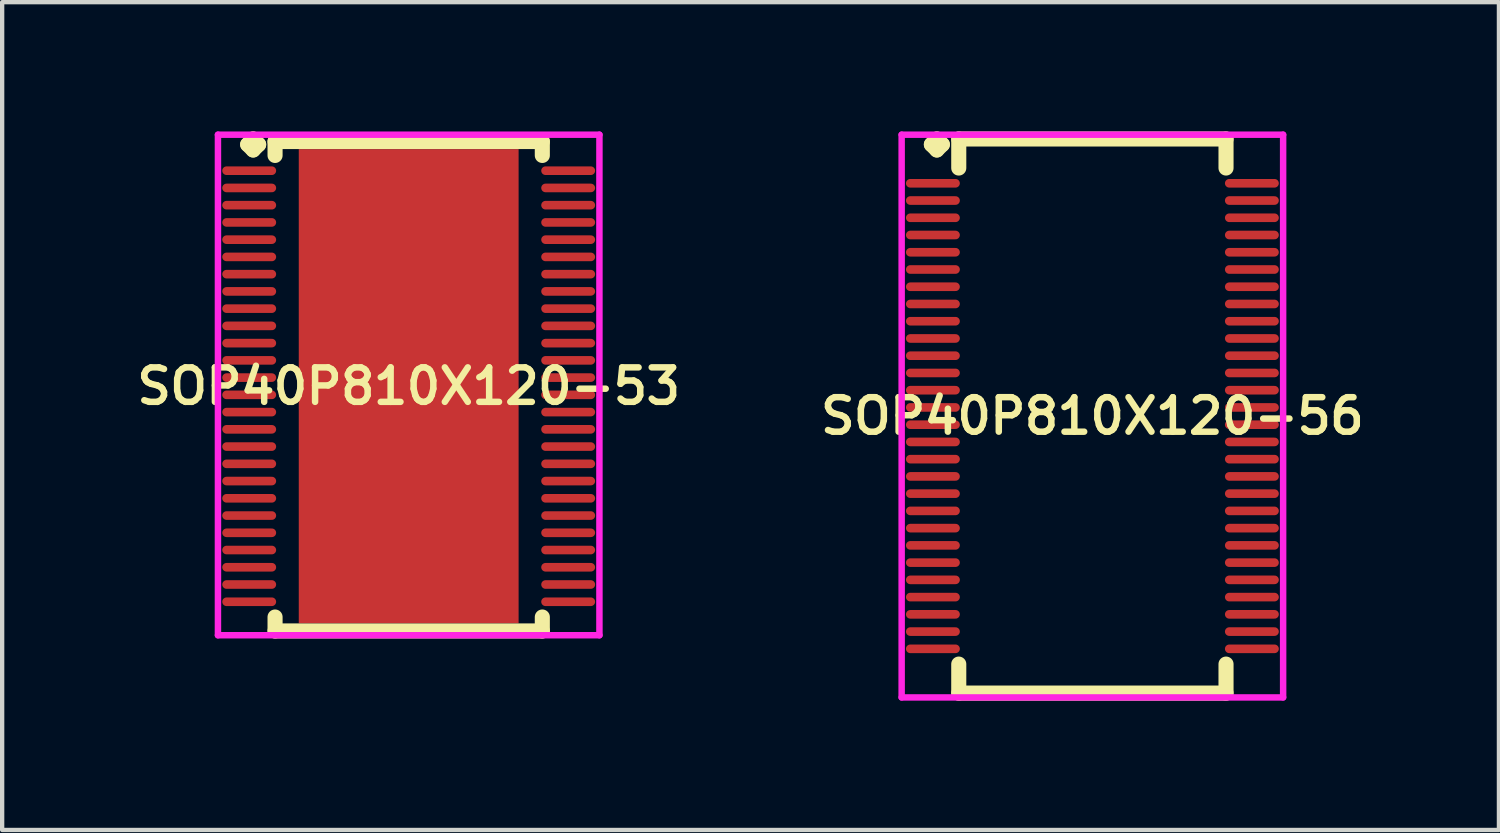
<source format=kicad_pcb>
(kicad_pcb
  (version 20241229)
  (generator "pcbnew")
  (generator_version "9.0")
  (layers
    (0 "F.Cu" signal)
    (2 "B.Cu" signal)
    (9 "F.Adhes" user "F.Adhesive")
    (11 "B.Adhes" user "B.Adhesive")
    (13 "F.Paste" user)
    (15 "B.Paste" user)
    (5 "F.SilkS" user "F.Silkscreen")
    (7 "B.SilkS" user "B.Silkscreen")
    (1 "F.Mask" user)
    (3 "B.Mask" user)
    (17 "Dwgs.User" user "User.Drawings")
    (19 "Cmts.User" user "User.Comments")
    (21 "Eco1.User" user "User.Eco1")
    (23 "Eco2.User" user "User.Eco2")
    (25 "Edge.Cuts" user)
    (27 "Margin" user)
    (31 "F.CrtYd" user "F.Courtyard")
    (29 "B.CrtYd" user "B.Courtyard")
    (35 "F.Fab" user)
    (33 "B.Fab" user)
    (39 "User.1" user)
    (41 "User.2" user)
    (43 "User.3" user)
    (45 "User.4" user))
  (footprint "SOP40P810X120-56"
    (layer "F.Cu")
    (at 22.292 6.602)
    (property "Reference" "SOP40P810X120-56" (at 0 0 0) (layer "F.SilkS") (effects (font (size 0.8 0.8) (thickness 0.15))))
    (attr smd)
    (fp_line (start -3.735 -6.3) (end -3.608 -6.427) (stroke (width 0.35) (type solid)) (layer "F.SilkS"))
    (fp_line (start -3.608 -6.427) (end -3.481 -6.3) (stroke (width 0.35) (type solid)) (layer "F.SilkS"))
    (fp_line (start -3.608 -6.173) (end -3.735 -6.3) (stroke (width 0.35) (type solid)) (layer "F.SilkS"))
    (fp_line (start -3.481 -6.3) (end -3.608 -6.173) (stroke (width 0.35) (type solid)) (layer "F.SilkS"))
    (fp_line (start -3.1 -6.427) (end 3.1 -6.427) (stroke (width 0.35) (type solid)) (layer "F.SilkS"))
    (fp_line (start -3.1 -5.754) (end -3.1 -6.427) (stroke (width 0.35) (type solid)) (layer "F.SilkS"))
    (fp_line (start -3.1 5.754) (end -3.1 6.427) (stroke (width 0.35) (type solid)) (layer "F.SilkS"))
    (fp_line (start -3.1 6.427) (end 3.1 6.427) (stroke (width 0.35) (type solid)) (layer "F.SilkS"))
    (fp_line (start 3.1 -6.427) (end 3.1 -5.754) (stroke (width 0.35) (type solid)) (layer "F.SilkS"))
    (fp_line (start 3.1 6.427) (end 3.1 5.754) (stroke (width 0.35) (type solid)) (layer "F.SilkS"))
    (fp_line (start -4.425 -6.527) (end 4.425 -6.527) (stroke (width 0.15) (type solid)) (layer "F.CrtYd"))
    (fp_line (start -4.425 6.527) (end -4.425 -6.527) (stroke (width 0.15) (type solid)) (layer "F.CrtYd"))
    (fp_line (start 4.425 -6.527) (end 4.425 6.527) (stroke (width 0.15) (type solid)) (layer "F.CrtYd"))
    (fp_line (start 4.425 6.527) (end -4.425 6.527) (stroke (width 0.15) (type solid)) (layer "F.CrtYd"))
    (pad "1" smd oval (at -3.7 -5.4) (size 1.25 0.2) (layers "F.Cu" "F.Mask" "F.Paste"))
    (pad "2" smd oval (at -3.7 -5) (size 1.25 0.2) (layers "F.Cu" "F.Mask" "F.Paste"))
    (pad "3" smd oval (at -3.7 -4.6) (size 1.25 0.2) (layers "F.Cu" "F.Mask" "F.Paste"))
    (pad "4" smd oval (at -3.7 -4.2) (size 1.25 0.2) (layers "F.Cu" "F.Mask" "F.Paste"))
    (pad "5" smd oval (at -3.7 -3.8) (size 1.25 0.2) (layers "F.Cu" "F.Mask" "F.Paste"))
    (pad "6" smd oval (at -3.7 -3.4) (size 1.25 0.2) (layers "F.Cu" "F.Mask" "F.Paste"))
    (pad "7" smd oval (at -3.7 -3) (size 1.25 0.2) (layers "F.Cu" "F.Mask" "F.Paste"))
    (pad "8" smd oval (at -3.7 -2.6) (size 1.25 0.2) (layers "F.Cu" "F.Mask" "F.Paste"))
    (pad "9" smd oval (at -3.7 -2.2) (size 1.25 0.2) (layers "F.Cu" "F.Mask" "F.Paste"))
    (pad "10" smd oval (at -3.7 -1.8) (size 1.25 0.2) (layers "F.Cu" "F.Mask" "F.Paste"))
    (pad "11" smd oval (at -3.7 -1.4) (size 1.25 0.2) (layers "F.Cu" "F.Mask" "F.Paste"))
    (pad "12" smd oval (at -3.7 -1) (size 1.25 0.2) (layers "F.Cu" "F.Mask" "F.Paste"))
    (pad "13" smd oval (at -3.7 -0.6) (size 1.25 0.2) (layers "F.Cu" "F.Mask" "F.Paste"))
    (pad "14" smd oval (at -3.7 -0.2) (size 1.25 0.2) (layers "F.Cu" "F.Mask" "F.Paste"))
    (pad "15" smd oval (at -3.7 0.2) (size 1.25 0.2) (layers "F.Cu" "F.Mask" "F.Paste"))
    (pad "16" smd oval (at -3.7 0.6) (size 1.25 0.2) (layers "F.Cu" "F.Mask" "F.Paste"))
    (pad "17" smd oval (at -3.7 1) (size 1.25 0.2) (layers "F.Cu" "F.Mask" "F.Paste"))
    (pad "18" smd oval (at -3.7 1.4) (size 1.25 0.2) (layers "F.Cu" "F.Mask" "F.Paste"))
    (pad "19" smd oval (at -3.7 1.8) (size 1.25 0.2) (layers "F.Cu" "F.Mask" "F.Paste"))
    (pad "20" smd oval (at -3.7 2.2) (size 1.25 0.2) (layers "F.Cu" "F.Mask" "F.Paste"))
    (pad "21" smd oval (at -3.7 2.6) (size 1.25 0.2) (layers "F.Cu" "F.Mask" "F.Paste"))
    (pad "22" smd oval (at -3.7 3) (size 1.25 0.2) (layers "F.Cu" "F.Mask" "F.Paste"))
    (pad "23" smd oval (at -3.7 3.4) (size 1.25 0.2) (layers "F.Cu" "F.Mask" "F.Paste"))
    (pad "24" smd oval (at -3.7 3.8) (size 1.25 0.2) (layers "F.Cu" "F.Mask" "F.Paste"))
    (pad "25" smd oval (at -3.7 4.2) (size 1.25 0.2) (layers "F.Cu" "F.Mask" "F.Paste"))
    (pad "26" smd oval (at -3.7 4.6) (size 1.25 0.2) (layers "F.Cu" "F.Mask" "F.Paste"))
    (pad "27" smd oval (at -3.7 5) (size 1.25 0.2) (layers "F.Cu" "F.Mask" "F.Paste"))
    (pad "28" smd oval (at -3.7 5.4) (size 1.25 0.2) (layers "F.Cu" "F.Mask" "F.Paste"))
    (pad "29" smd oval (at 3.7 5.4) (size 1.25 0.2) (layers "F.Cu" "F.Mask" "F.Paste"))
    (pad "30" smd oval (at 3.7 5) (size 1.25 0.2) (layers "F.Cu" "F.Mask" "F.Paste"))
    (pad "31" smd oval (at 3.7 4.6) (size 1.25 0.2) (layers "F.Cu" "F.Mask" "F.Paste"))
    (pad "32" smd oval (at 3.7 4.2) (size 1.25 0.2) (layers "F.Cu" "F.Mask" "F.Paste"))
    (pad "33" smd oval (at 3.7 3.8) (size 1.25 0.2) (layers "F.Cu" "F.Mask" "F.Paste"))
    (pad "34" smd oval (at 3.7 3.4) (size 1.25 0.2) (layers "F.Cu" "F.Mask" "F.Paste"))
    (pad "35" smd oval (at 3.7 3) (size 1.25 0.2) (layers "F.Cu" "F.Mask" "F.Paste"))
    (pad "36" smd oval (at 3.7 2.6) (size 1.25 0.2) (layers "F.Cu" "F.Mask" "F.Paste"))
    (pad "37" smd oval (at 3.7 2.2) (size 1.25 0.2) (layers "F.Cu" "F.Mask" "F.Paste"))
    (pad "38" smd oval (at 3.7 1.8) (size 1.25 0.2) (layers "F.Cu" "F.Mask" "F.Paste"))
    (pad "39" smd oval (at 3.7 1.4) (size 1.25 0.2) (layers "F.Cu" "F.Mask" "F.Paste"))
    (pad "40" smd oval (at 3.7 1) (size 1.25 0.2) (layers "F.Cu" "F.Mask" "F.Paste"))
    (pad "41" smd oval (at 3.7 0.6) (size 1.25 0.2) (layers "F.Cu" "F.Mask" "F.Paste"))
    (pad "42" smd oval (at 3.7 0.2) (size 1.25 0.2) (layers "F.Cu" "F.Mask" "F.Paste"))
    (pad "43" smd oval (at 3.7 -0.2) (size 1.25 0.2) (layers "F.Cu" "F.Mask" "F.Paste"))
    (pad "44" smd oval (at 3.7 -0.6) (size 1.25 0.2) (layers "F.Cu" "F.Mask" "F.Paste"))
    (pad "45" smd oval (at 3.7 -1) (size 1.25 0.2) (layers "F.Cu" "F.Mask" "F.Paste"))
    (pad "46" smd oval (at 3.7 -1.4) (size 1.25 0.2) (layers "F.Cu" "F.Mask" "F.Paste"))
    (pad "47" smd oval (at 3.7 -1.8) (size 1.25 0.2) (layers "F.Cu" "F.Mask" "F.Paste"))
    (pad "48" smd oval (at 3.7 -2.2) (size 1.25 0.2) (layers "F.Cu" "F.Mask" "F.Paste"))
    (pad "49" smd oval (at 3.7 -2.6) (size 1.25 0.2) (layers "F.Cu" "F.Mask" "F.Paste"))
    (pad "50" smd oval (at 3.7 -3) (size 1.25 0.2) (layers "F.Cu" "F.Mask" "F.Paste"))
    (pad "51" smd oval (at 3.7 -3.4) (size 1.25 0.2) (layers "F.Cu" "F.Mask" "F.Paste"))
    (pad "52" smd oval (at 3.7 -3.8) (size 1.25 0.2) (layers "F.Cu" "F.Mask" "F.Paste"))
    (pad "53" smd oval (at 3.7 -4.2) (size 1.25 0.2) (layers "F.Cu" "F.Mask" "F.Paste"))
    (pad "54" smd oval (at 3.7 -4.6) (size 1.25 0.2) (layers "F.Cu" "F.Mask" "F.Paste"))
    (pad "55" smd oval (at 3.7 -5) (size 1.25 0.2) (layers "F.Cu" "F.Mask" "F.Paste"))
    (pad "56" smd oval (at 3.7 -5.4) (size 1.25 0.2) (layers "F.Cu" "F.Mask" "F.Paste")))
  (footprint "SOP40P810X120-53"
    (layer "F.Cu")
    (at 6.431 5.91)
    (property "Reference" "SOP40P810X120-53" (at 0 0 0) (layer "F.SilkS") (effects (font (size 0.8 0.8) (thickness 0.15))))
    (attr smd)
    (fp_line (start -3.735 -5.608) (end -3.608 -5.735) (stroke (width 0.35) (type solid)) (layer "F.SilkS"))
    (fp_line (start -3.608 -5.735) (end -3.481 -5.608) (stroke (width 0.35) (type solid)) (layer "F.SilkS"))
    (fp_line (start -3.608 -5.481) (end -3.735 -5.608) (stroke (width 0.35) (type solid)) (layer "F.SilkS"))
    (fp_line (start -3.481 -5.608) (end -3.608 -5.481) (stroke (width 0.35) (type solid)) (layer "F.SilkS"))
    (fp_line (start -3.1 -5.677) (end 3.1 -5.677) (stroke (width 0.35) (type solid)) (layer "F.SilkS"))
    (fp_line (start -3.1 -5.354) (end -3.1 -5.677) (stroke (width 0.35) (type solid)) (layer "F.SilkS"))
    (fp_line (start -3.1 5.354) (end -3.1 5.677) (stroke (width 0.35) (type solid)) (layer "F.SilkS"))
    (fp_line (start -3.1 5.677) (end 3.1 5.677) (stroke (width 0.35) (type solid)) (layer "F.SilkS"))
    (fp_line (start 3.1 -5.677) (end 3.1 -5.354) (stroke (width 0.35) (type solid)) (layer "F.SilkS"))
    (fp_line (start 3.1 5.677) (end 3.1 5.354) (stroke (width 0.35) (type solid)) (layer "F.SilkS"))
    (fp_line (start -4.425 -5.835) (end 4.425 -5.835) (stroke (width 0.15) (type solid)) (layer "F.CrtYd"))
    (fp_line (start -4.425 5.777) (end -4.425 -5.835) (stroke (width 0.15) (type solid)) (layer "F.CrtYd"))
    (fp_line (start 4.425 -5.835) (end 4.425 5.777) (stroke (width 0.15) (type solid)) (layer "F.CrtYd"))
    (fp_line (start 4.425 5.777) (end -4.425 5.777) (stroke (width 0.15) (type solid)) (layer "F.CrtYd"))
    (pad "1" smd oval (at -3.7 -5) (size 1.25 0.2) (layers "F.Cu" "F.Mask" "F.Paste"))
    (pad "2" smd oval (at -3.7 -4.6) (size 1.25 0.2) (layers "F.Cu" "F.Mask" "F.Paste"))
    (pad "3" smd oval (at -3.7 -4.2) (size 1.25 0.2) (layers "F.Cu" "F.Mask" "F.Paste"))
    (pad "4" smd oval (at -3.7 -3.8) (size 1.25 0.2) (layers "F.Cu" "F.Mask" "F.Paste"))
    (pad "5" smd oval (at -3.7 -3.4) (size 1.25 0.2) (layers "F.Cu" "F.Mask" "F.Paste"))
    (pad "6" smd oval (at -3.7 -3) (size 1.25 0.2) (layers "F.Cu" "F.Mask" "F.Paste"))
    (pad "7" smd oval (at -3.7 -2.6) (size 1.25 0.2) (layers "F.Cu" "F.Mask" "F.Paste"))
    (pad "8" smd oval (at -3.7 -2.2) (size 1.25 0.2) (layers "F.Cu" "F.Mask" "F.Paste"))
    (pad "9" smd oval (at -3.7 -1.8) (size 1.25 0.2) (layers "F.Cu" "F.Mask" "F.Paste"))
    (pad "10" smd oval (at -3.7 -1.4) (size 1.25 0.2) (layers "F.Cu" "F.Mask" "F.Paste"))
    (pad "11" smd oval (at -3.7 -1) (size 1.25 0.2) (layers "F.Cu" "F.Mask" "F.Paste"))
    (pad "12" smd oval (at -3.7 -0.6) (size 1.25 0.2) (layers "F.Cu" "F.Mask" "F.Paste"))
    (pad "13" smd oval (at -3.7 -0.2) (size 1.25 0.2) (layers "F.Cu" "F.Mask" "F.Paste"))
    (pad "14" smd oval (at -3.7 0.2) (size 1.25 0.2) (layers "F.Cu" "F.Mask" "F.Paste"))
    (pad "15" smd oval (at -3.7 0.6) (size 1.25 0.2) (layers "F.Cu" "F.Mask" "F.Paste"))
    (pad "16" smd oval (at -3.7 1) (size 1.25 0.2) (layers "F.Cu" "F.Mask" "F.Paste"))
    (pad "17" smd oval (at -3.7 1.4) (size 1.25 0.2) (layers "F.Cu" "F.Mask" "F.Paste"))
    (pad "18" smd oval (at -3.7 1.8) (size 1.25 0.2) (layers "F.Cu" "F.Mask" "F.Paste"))
    (pad "19" smd oval (at -3.7 2.2) (size 1.25 0.2) (layers "F.Cu" "F.Mask" "F.Paste"))
    (pad "20" smd oval (at -3.7 2.6) (size 1.25 0.2) (layers "F.Cu" "F.Mask" "F.Paste"))
    (pad "21" smd oval (at -3.7 3) (size 1.25 0.2) (layers "F.Cu" "F.Mask" "F.Paste"))
    (pad "22" smd oval (at -3.7 3.4) (size 1.25 0.2) (layers "F.Cu" "F.Mask" "F.Paste"))
    (pad "23" smd oval (at -3.7 3.8) (size 1.25 0.2) (layers "F.Cu" "F.Mask" "F.Paste"))
    (pad "24" smd oval (at -3.7 4.2) (size 1.25 0.2) (layers "F.Cu" "F.Mask" "F.Paste"))
    (pad "25" smd oval (at -3.7 4.6) (size 1.25 0.2) (layers "F.Cu" "F.Mask" "F.Paste"))
    (pad "26" smd oval (at -3.7 5) (size 1.25 0.2) (layers "F.Cu" "F.Mask" "F.Paste"))
    (pad "27" smd oval (at 3.7 5) (size 1.25 0.2) (layers "F.Cu" "F.Mask" "F.Paste"))
    (pad "28" smd oval (at 3.7 4.6) (size 1.25 0.2) (layers "F.Cu" "F.Mask" "F.Paste"))
    (pad "29" smd oval (at 3.7 4.2) (size 1.25 0.2) (layers "F.Cu" "F.Mask" "F.Paste"))
    (pad "30" smd oval (at 3.7 3.8) (size 1.25 0.2) (layers "F.Cu" "F.Mask" "F.Paste"))
    (pad "31" smd oval (at 3.7 3.4) (size 1.25 0.2) (layers "F.Cu" "F.Mask" "F.Paste"))
    (pad "32" smd oval (at 3.7 3) (size 1.25 0.2) (layers "F.Cu" "F.Mask" "F.Paste"))
    (pad "33" smd oval (at 3.7 2.6) (size 1.25 0.2) (layers "F.Cu" "F.Mask" "F.Paste"))
    (pad "34" smd oval (at 3.7 2.2) (size 1.25 0.2) (layers "F.Cu" "F.Mask" "F.Paste"))
    (pad "35" smd oval (at 3.7 1.8) (size 1.25 0.2) (layers "F.Cu" "F.Mask" "F.Paste"))
    (pad "36" smd oval (at 3.7 1.4) (size 1.25 0.2) (layers "F.Cu" "F.Mask" "F.Paste"))
    (pad "37" smd oval (at 3.7 1) (size 1.25 0.2) (layers "F.Cu" "F.Mask" "F.Paste"))
    (pad "38" smd oval (at 3.7 0.6) (size 1.25 0.2) (layers "F.Cu" "F.Mask" "F.Paste"))
    (pad "39" smd oval (at 3.7 0.2) (size 1.25 0.2) (layers "F.Cu" "F.Mask" "F.Paste"))
    (pad "40" smd oval (at 3.7 -0.2) (size 1.25 0.2) (layers "F.Cu" "F.Mask" "F.Paste"))
    (pad "41" smd oval (at 3.7 -0.6) (size 1.25 0.2) (layers "F.Cu" "F.Mask" "F.Paste"))
    (pad "42" smd oval (at 3.7 -1) (size 1.25 0.2) (layers "F.Cu" "F.Mask" "F.Paste"))
    (pad "43" smd oval (at 3.7 -1.4) (size 1.25 0.2) (layers "F.Cu" "F.Mask" "F.Paste"))
    (pad "44" smd oval (at 3.7 -1.8) (size 1.25 0.2) (layers "F.Cu" "F.Mask" "F.Paste"))
    (pad "45" smd oval (at 3.7 -2.2) (size 1.25 0.2) (layers "F.Cu" "F.Mask" "F.Paste"))
    (pad "46" smd oval (at 3.7 -2.6) (size 1.25 0.2) (layers "F.Cu" "F.Mask" "F.Paste"))
    (pad "47" smd oval (at 3.7 -3) (size 1.25 0.2) (layers "F.Cu" "F.Mask" "F.Paste"))
    (pad "48" smd oval (at 3.7 -3.4) (size 1.25 0.2) (layers "F.Cu" "F.Mask" "F.Paste"))
    (pad "49" smd oval (at 3.7 -3.8) (size 1.25 0.2) (layers "F.Cu" "F.Mask" "F.Paste"))
    (pad "50" smd oval (at 3.7 -4.2) (size 1.25 0.2) (layers "F.Cu" "F.Mask" "F.Paste"))
    (pad "51" smd oval (at 3.7 -4.6) (size 1.25 0.2) (layers "F.Cu" "F.Mask" "F.Paste"))
    (pad "52" smd oval (at 3.7 -5) (size 1.25 0.2) (layers "F.Cu" "F.Mask" "F.Paste"))
    (pad "53" smd rect (at 0 0) (size 5.1 11) (layers "F.Cu" "F.Mask" "F.Paste")))
  (gr_rect
    (start -3 -3)
    (end 31.723 16.204)
    (stroke (width 0.1) (type default))
    (fill no)
    (layer "Edge.Cuts")))
</source>
